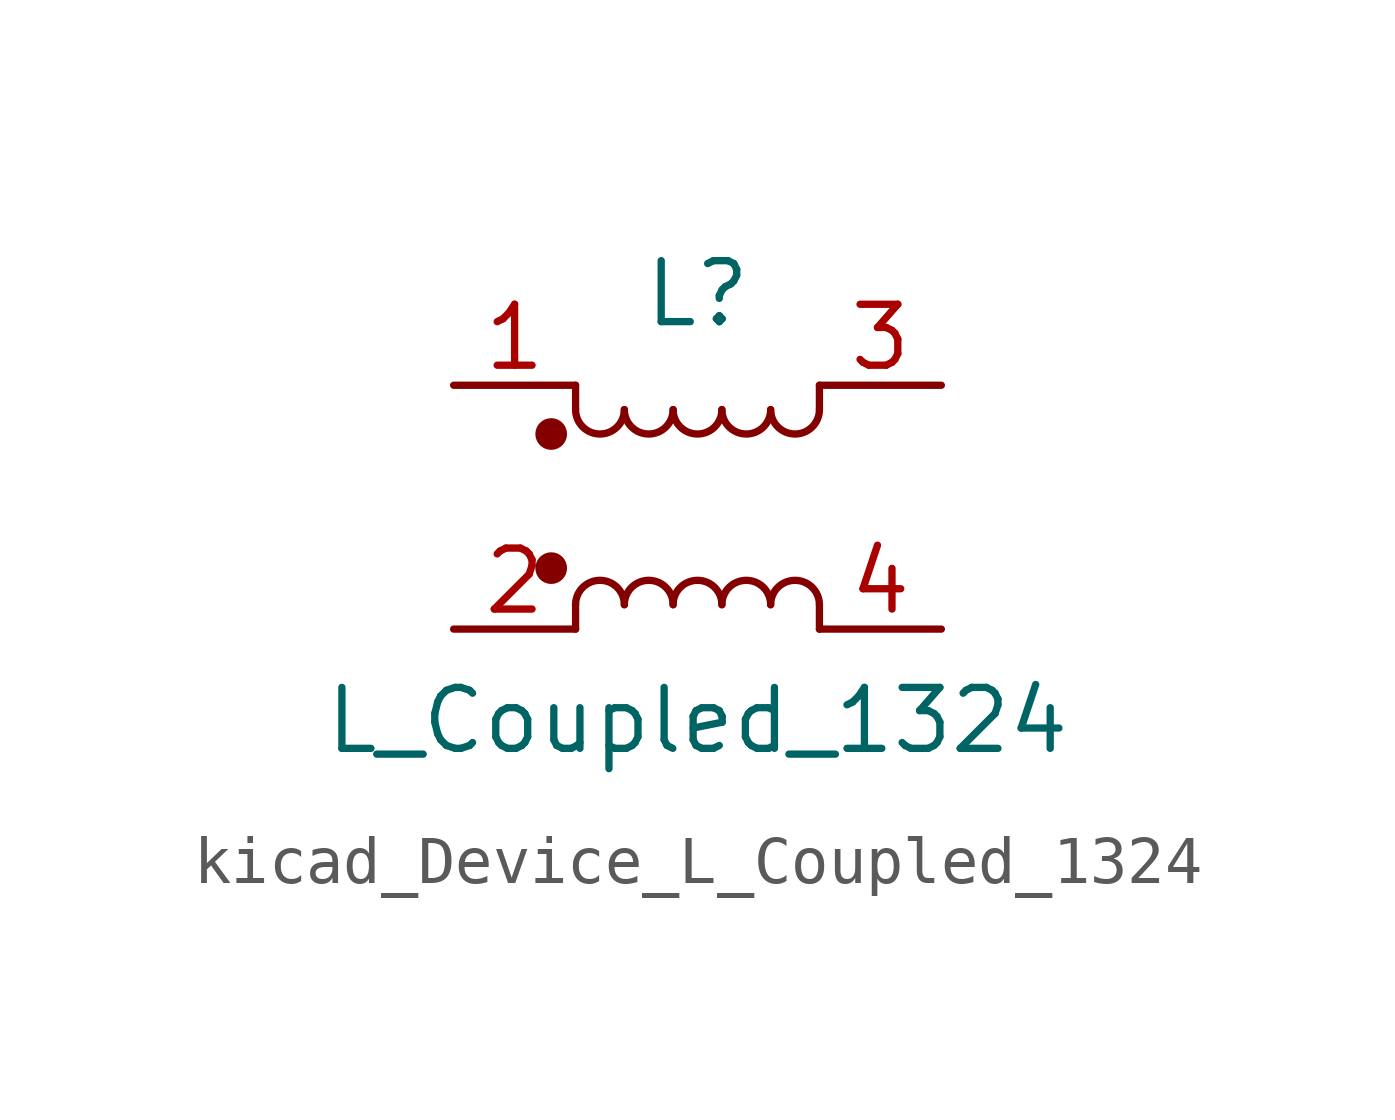
<source format=kicad_sym>
(kicad_symbol_lib
  (version 20220914)
  (generator kicad_symbol_editor)
  (symbol "kicad_Device_L_Coupled_1324"
    (pin_names
      (offset 0.254) hide)
    (property "Reference" "L"
      (at 0 4.445 0)
      (effects (font (size 1.27 1.27))))
    (property "Value" "L_Coupled_1324"
      (at 0 -4.445 0)
      (effects (font (size 1.27 1.27))))
    (symbol "kicad_Device_L_Coupled_1324_0_1"
      (circle (center -3.048 -1.27) (radius 0.254) (stroke (width 0) (type default)) (fill (type outline)))
      (circle (center -3.048 1.524) (radius 0.254) (stroke (width 0) (type default)) (fill (type outline)))
      (arc (start -2.54 2.032) (mid -2.032 1.5262) (end -1.524 2.032) (stroke (width 0) (type default)) (fill (type none)))
      (arc (start -1.524 -2.032) (mid -2.032 -1.5262) (end -2.54 -2.032) (stroke (width 0) (type default)) (fill (type none)))
      (arc (start -1.524 2.032) (mid -1.016 1.5262) (end -0.508 2.032) (stroke (width 0) (type default)) (fill (type none)))
      (arc (start -0.508 -2.032) (mid -1.016 -1.5262) (end -1.524 -2.032) (stroke (width 0) (type default)) (fill (type none)))
      (arc (start -0.508 2.032) (mid 0 1.5262) (end 0.508 2.032) (stroke (width 0) (type default)) (fill (type none)))
      (polyline (pts (xy -2.54 -2.032) (xy -2.54 -2.54)) (stroke (width 0) (type default)) (fill (type none)))
      (polyline (pts (xy -2.54 2.032) (xy -2.54 2.54)) (stroke (width 0) (type default)) (fill (type none)))
      (polyline (pts (xy 2.54 -2.032) (xy 2.54 -2.54)) (stroke (width 0) (type default)) (fill (type none)))
      (polyline (pts (xy 2.54 2.54) (xy 2.54 2.032)) (stroke (width 0) (type default)) (fill (type none)))
      (arc (start 0.508 -2.032) (mid 0 -1.5262) (end -0.508 -2.032) (stroke (width 0) (type default)) (fill (type none)))
      (arc (start 0.508 2.032) (mid 1.016 1.5262) (end 1.524 2.032) (stroke (width 0) (type default)) (fill (type none)))
      (arc (start 1.524 -2.032) (mid 1.016 -1.5262) (end 0.508 -2.032) (stroke (width 0) (type default)) (fill (type none)))
      (arc (start 1.524 2.032) (mid 2.032 1.5262) (end 2.54 2.032) (stroke (width 0) (type default)) (fill (type none)))
      (arc (start 2.54 -2.032) (mid 2.032 -1.5262) (end 1.524 -2.032) (stroke (width 0) (type default)) (fill (type none))))
    (symbol "kicad_Device_L_Coupled_1324_1_1"
      (pin passive line (at -5.08 2.54 0) (length 2.54) (name "1" (effects (font (size 1.27 1.27)))) (number "1" (effects (font (size 1.27 1.27)))))
      (pin passive line (at -5.08 -2.54 0) (length 2.54) (name "2" (effects (font (size 1.27 1.27)))) (number "2" (effects (font (size 1.27 1.27)))))
      (pin passive line (at 5.08 2.54 180) (length 2.54) (name "3" (effects (font (size 1.27 1.27)))) (number "3" (effects (font (size 1.27 1.27)))))
      (pin passive line (at 5.08 -2.54 180) (length 2.54) (name "4" (effects (font (size 1.27 1.27)))) (number "4" (effects (font (size 1.27 1.27))))))))
</source>
